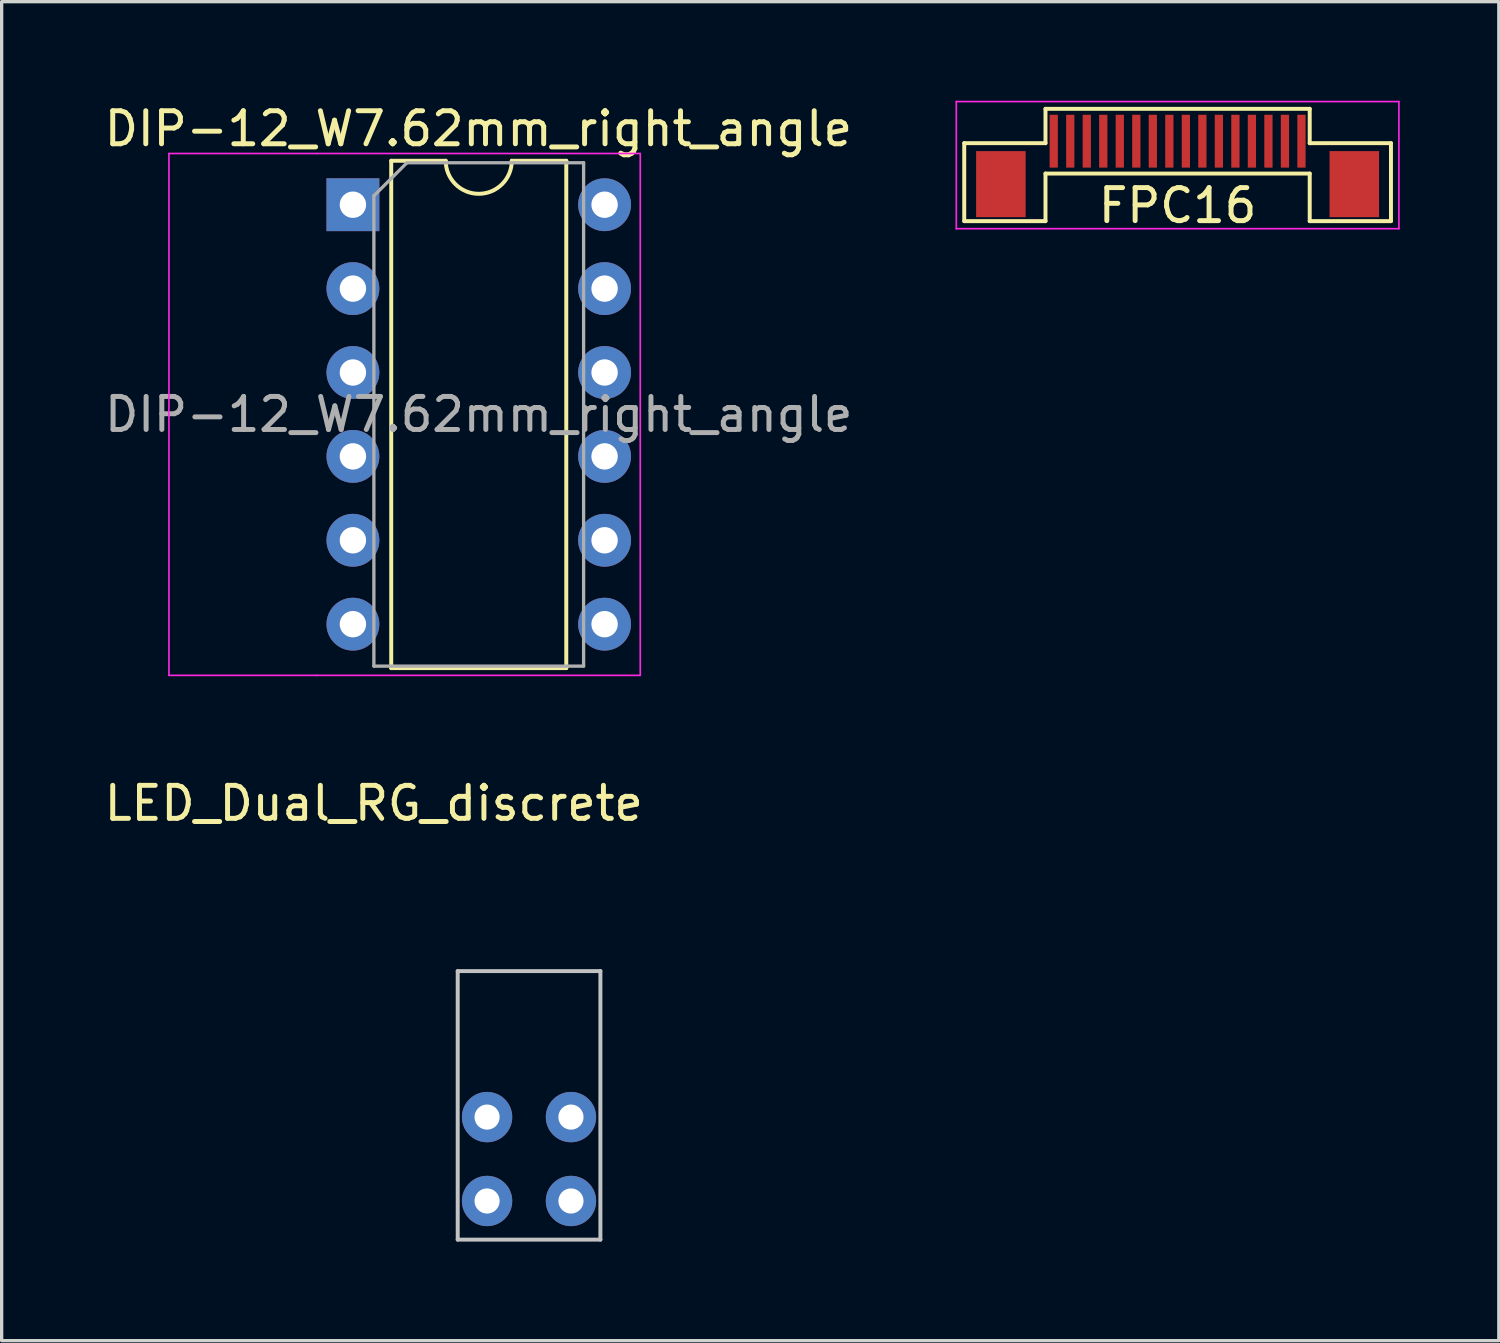
<source format=kicad_pcb>
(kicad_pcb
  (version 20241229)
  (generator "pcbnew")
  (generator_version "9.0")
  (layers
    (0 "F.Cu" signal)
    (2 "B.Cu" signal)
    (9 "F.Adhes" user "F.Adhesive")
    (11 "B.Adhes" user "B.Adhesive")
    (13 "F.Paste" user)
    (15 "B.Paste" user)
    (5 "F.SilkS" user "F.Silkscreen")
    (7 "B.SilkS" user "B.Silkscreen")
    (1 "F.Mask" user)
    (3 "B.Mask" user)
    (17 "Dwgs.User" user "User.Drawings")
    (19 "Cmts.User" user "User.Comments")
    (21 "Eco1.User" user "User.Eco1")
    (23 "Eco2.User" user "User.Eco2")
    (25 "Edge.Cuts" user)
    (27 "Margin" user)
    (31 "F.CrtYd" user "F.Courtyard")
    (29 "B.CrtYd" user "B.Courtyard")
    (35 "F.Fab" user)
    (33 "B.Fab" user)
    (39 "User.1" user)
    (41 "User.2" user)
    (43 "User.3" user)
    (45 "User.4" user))
  (footprint "FPC16"
    (layer "F.Cu")
    (at 32.604 1.225)
    (property "Reference" "FPC16" (at 0 1.95 0) (layer "F.SilkS") (effects (font (size 1 1) (thickness 0.15))))
    (attr smd)
    (fp_line (start -6.46 0.06) (end -4 0.06) (stroke (width 0.12) (type default)) (layer "F.SilkS"))
    (fp_line (start -6.46 2.42) (end -6.46 0.06) (stroke (width 0.12) (type default)) (layer "F.SilkS"))
    (fp_line (start -4 -0.98) (end 4 -0.98) (stroke (width 0.12) (type default)) (layer "F.SilkS"))
    (fp_line (start -4 0.06) (end -4 -0.98) (stroke (width 0.12) (type default)) (layer "F.SilkS"))
    (fp_line (start -4 0.98) (end -4 2.42) (stroke (width 0.12) (type default)) (layer "F.SilkS"))
    (fp_line (start -4 0.98) (end 4 0.98) (stroke (width 0.12) (type default)) (layer "F.SilkS"))
    (fp_line (start -4 2.42) (end -6.46 2.42) (stroke (width 0.12) (type default)) (layer "F.SilkS"))
    (fp_line (start 4 0.06) (end 4 -0.98) (stroke (width 0.12) (type default)) (layer "F.SilkS"))
    (fp_line (start 4 0.98) (end 4 2.42) (stroke (width 0.12) (type default)) (layer "F.SilkS"))
    (fp_line (start 4 2.42) (end 6.46 2.42) (stroke (width 0.12) (type default)) (layer "F.SilkS"))
    (fp_line (start 6.46 0.06) (end 4 0.06) (stroke (width 0.12) (type default)) (layer "F.SilkS"))
    (fp_line (start 6.46 2.42) (end 6.46 0.06) (stroke (width 0.12) (type default)) (layer "F.SilkS"))
    (fp_line (start -6.7 -1.2) (end -6.7 2.65) (stroke (width 0.05) (type default)) (layer "F.CrtYd"))
    (fp_line (start -6.7 -1.2) (end 6.7 -1.2) (stroke (width 0.05) (type default)) (layer "F.CrtYd"))
    (fp_line (start -6.7 2.65) (end 6.7 2.65) (stroke (width 0.05) (type default)) (layer "F.CrtYd"))
    (fp_line (start 6.7 -1.2) (end 6.7 2.65) (stroke (width 0.05) (type default)) (layer "F.CrtYd"))
    (pad "1" smd rect (at -3.75 0) (size 0.25 1.6) (layers "F.Cu" "F.Mask" "F.Paste"))
    (pad "2" smd rect (at -3.25 0) (size 0.25 1.6) (layers "F.Cu" "F.Mask" "F.Paste"))
    (pad "3" smd rect (at -2.75 0) (size 0.25 1.6) (layers "F.Cu" "F.Mask" "F.Paste"))
    (pad "4" smd rect (at -2.25 0) (size 0.25 1.6) (layers "F.Cu" "F.Mask" "F.Paste"))
    (pad "5" smd rect (at -1.75 0) (size 0.25 1.6) (layers "F.Cu" "F.Mask" "F.Paste"))
    (pad "6" smd rect (at -1.25 0) (size 0.25 1.6) (layers "F.Cu" "F.Mask" "F.Paste"))
    (pad "7" smd rect (at -0.75 0) (size 0.25 1.6) (layers "F.Cu" "F.Mask" "F.Paste"))
    (pad "8" smd rect (at -0.25 0) (size 0.25 1.6) (layers "F.Cu" "F.Mask" "F.Paste"))
    (pad "9" smd rect (at 0.25 0) (size 0.25 1.6) (layers "F.Cu" "F.Mask" "F.Paste"))
    (pad "10" smd rect (at 0.75 0) (size 0.25 1.6) (layers "F.Cu" "F.Mask" "F.Paste"))
    (pad "11" smd rect (at 1.25 0) (size 0.25 1.6) (layers "F.Cu" "F.Mask" "F.Paste"))
    (pad "12" smd rect (at 1.75 0) (size 0.25 1.6) (layers "F.Cu" "F.Mask" "F.Paste"))
    (pad "13" smd rect (at 2.25 0) (size 0.25 1.6) (layers "F.Cu" "F.Mask" "F.Paste"))
    (pad "14" smd rect (at 2.75 0) (size 0.25 1.6) (layers "F.Cu" "F.Mask" "F.Paste"))
    (pad "15" smd rect (at 3.25 0) (size 0.25 1.6) (layers "F.Cu" "F.Mask" "F.Paste"))
    (pad "16" smd rect (at 3.75 0) (size 0.25 1.6) (layers "F.Cu" "F.Mask" "F.Paste"))
    (pad "MP" smd rect (at -5.35 1.3) (size 1.5 2) (layers "F.Cu" "F.Mask" "F.Paste"))
    (pad "MP" smd rect (at 5.35 1.3) (size 1.5 2) (layers "F.Cu" "F.Mask" "F.Paste")))
  (footprint "LED_Dual_RG_discrete"
    (layer "F.Cu")
    (at 10.808 26.352)
    (property "Reference" "LED_Dual_RG_discrete" (at -2.54 -5.08 0) (layer "F.SilkS") (effects (font (size 1 1) (thickness 0.15))))
    (attr through_hole)
    (fp_line (start 0 0) (end 0 8.13) (stroke (width 0.12) (type solid)) (layer "Dwgs.User"))
    (fp_line (start 0 0) (end 4.32 0) (stroke (width 0.12) (type solid)) (layer "Dwgs.User"))
    (fp_line (start 0 8.13) (end 4.32 8.13) (stroke (width 0.12) (type solid)) (layer "Dwgs.User"))
    (fp_line (start 4.32 0) (end 4.32 8.13) (stroke (width 0.12) (type solid)) (layer "Dwgs.User"))
    (pad "1" thru_hole circle (at 3.429 4.42) (size 1.524 1.524) (drill 0.762) (layers "*.Cu" "*.Mask"))
    (pad "2" thru_hole circle (at 3.429 6.96) (size 1.524 1.524) (drill 0.762) (layers "*.Cu" "*.Mask"))
    (pad "3" thru_hole circle (at 0.889 4.42) (size 1.524 1.524) (drill 0.762) (layers "*.Cu" "*.Mask"))
    (pad "4" thru_hole circle (at 0.889 6.96) (size 1.524 1.524) (drill 0.762) (layers "*.Cu" "*.Mask")))
  (footprint "DIP-12_W7.62mm_right_angle"
    (layer "F.Cu")
    (at 11.435 0.348)
    (property "Reference" "DIP-12_W7.62mm_right_angle" (at 0 0.5 0) (layer "F.SilkS") (effects (font (size 1 1) (thickness 0.15))))
    (attr through_hole)
    (fp_line (start -2.64 1.47) (end -2.64 16.83) (stroke (width 0.12) (type solid)) (layer "F.SilkS"))
    (fp_line (start -2.64 16.83) (end 2.66 16.83) (stroke (width 0.12) (type solid)) (layer "F.SilkS"))
    (fp_line (start -0.99 1.47) (end -2.64 1.47) (stroke (width 0.12) (type solid)) (layer "F.SilkS"))
    (fp_line (start 2.66 1.47) (end 1.01 1.47) (stroke (width 0.12) (type solid)) (layer "F.SilkS"))
    (fp_line (start 2.66 16.83) (end 2.66 1.47) (stroke (width 0.12) (type solid)) (layer "F.SilkS"))
    (fp_arc (start 1.01 1.47) (mid 0.01 2.47) (end -0.99 1.47) (stroke (width 0.12) (type solid)) (layer "F.SilkS"))
    (fp_line (start -9.37 1.25) (end -9.37 17.05) (stroke (width 0.05) (type solid)) (layer "F.CrtYd"))
    (fp_line (start -4.9 1.25) (end -9.37 1.25) (stroke (width 0.05) (type solid)) (layer "F.CrtYd"))
    (fp_line (start -4.9 17.05) (end -9.37 17.05) (stroke (width 0.05) (type solid)) (layer "F.CrtYd"))
    (fp_line (start -4.9 17.05) (end 4.9 17.05) (stroke (width 0.05) (type solid)) (layer "F.CrtYd"))
    (fp_line (start 4.9 1.25) (end -4.9 1.25) (stroke (width 0.05) (type solid)) (layer "F.CrtYd"))
    (fp_line (start 4.9 17.05) (end 4.9 1.25) (stroke (width 0.05) (type solid)) (layer "F.CrtYd"))
    (fp_line (start -3.165 2.53) (end -2.165 1.53) (stroke (width 0.1) (type solid)) (layer "F.Fab"))
    (fp_line (start -3.165 16.77) (end -3.165 2.53) (stroke (width 0.1) (type solid)) (layer "F.Fab"))
    (fp_line (start -2.165 1.53) (end 3.185 1.53) (stroke (width 0.1) (type solid)) (layer "F.Fab"))
    (fp_line (start 3.185 1.53) (end 3.185 16.77) (stroke (width 0.1) (type solid)) (layer "F.Fab"))
    (fp_line (start 3.185 16.77) (end -3.165 16.77) (stroke (width 0.1) (type solid)) (layer "F.Fab"))
    (fp_text user "${REFERENCE}" (at 0.01 9.15 0) (layer "F.Fab") (effects (font (size 1 1) (thickness 0.15))))
    (pad "1" thru_hole rect (at -3.8 2.8) (size 1.6 1.6) (drill 0.8) (layers "*.Cu" "*.Mask"))
    (pad "2" thru_hole oval (at -3.8 5.34) (size 1.6 1.6) (drill 0.8) (layers "*.Cu" "*.Mask"))
    (pad "3" thru_hole oval (at -3.8 7.88) (size 1.6 1.6) (drill 0.8) (layers "*.Cu" "*.Mask"))
    (pad "4" thru_hole oval (at -3.8 10.42) (size 1.6 1.6) (drill 0.8) (layers "*.Cu" "*.Mask"))
    (pad "5" thru_hole oval (at -3.8 12.96) (size 1.6 1.6) (drill 0.8) (layers "*.Cu" "*.Mask"))
    (pad "6" thru_hole oval (at -3.8 15.5) (size 1.6 1.6) (drill 0.8) (layers "*.Cu" "*.Mask"))
    (pad "7" thru_hole oval (at 3.82 15.5) (size 1.6 1.6) (drill 0.8) (layers "*.Cu" "*.Mask"))
    (pad "8" thru_hole oval (at 3.82 12.96) (size 1.6 1.6) (drill 0.8) (layers "*.Cu" "*.Mask"))
    (pad "9" thru_hole oval (at 3.82 10.42) (size 1.6 1.6) (drill 0.8) (layers "*.Cu" "*.Mask"))
    (pad "10" thru_hole oval (at 3.82 7.88) (size 1.6 1.6) (drill 0.8) (layers "*.Cu" "*.Mask"))
    (pad "11" thru_hole oval (at 3.82 5.34) (size 1.6 1.6) (drill 0.8) (layers "*.Cu" "*.Mask"))
    (pad "12" thru_hole oval (at 3.82 2.8) (size 1.6 1.6) (drill 0.8) (layers "*.Cu" "*.Mask")))
  (gr_rect
    (start -3 -3)
    (end 42.329 37.541)
    (stroke (width 0.1) (type default))
    (fill no)
    (layer "Edge.Cuts")))
</source>
